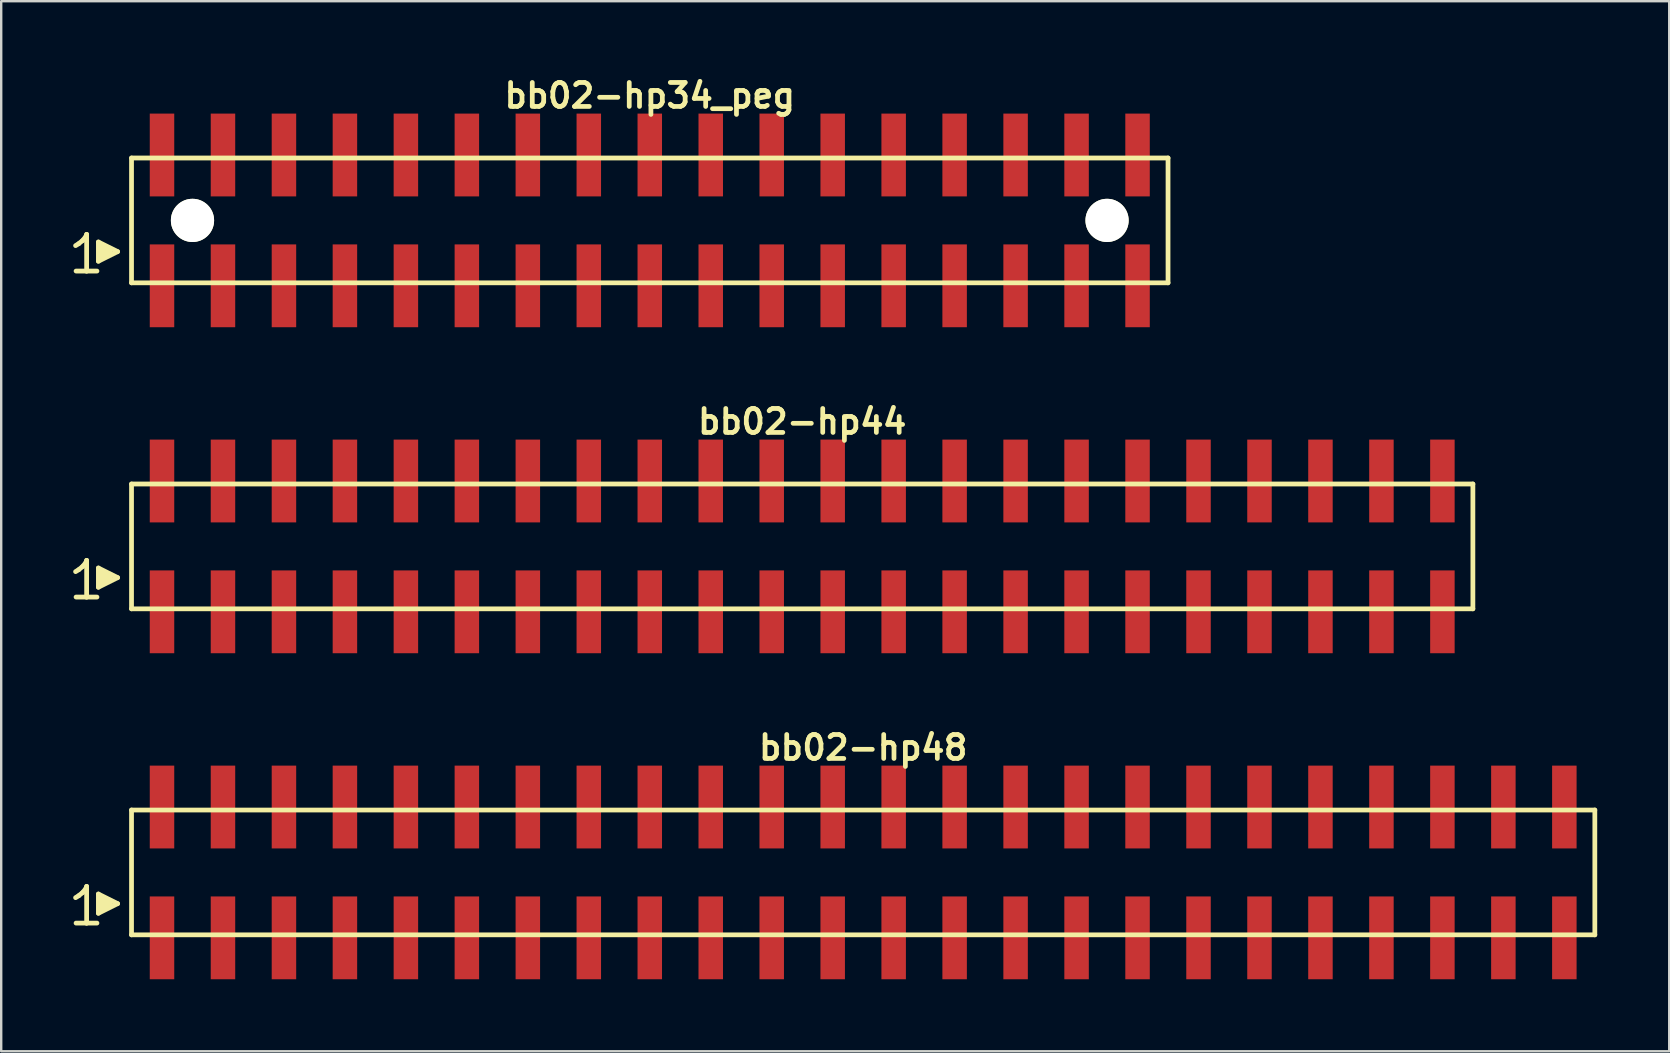
<source format=kicad_pcb>
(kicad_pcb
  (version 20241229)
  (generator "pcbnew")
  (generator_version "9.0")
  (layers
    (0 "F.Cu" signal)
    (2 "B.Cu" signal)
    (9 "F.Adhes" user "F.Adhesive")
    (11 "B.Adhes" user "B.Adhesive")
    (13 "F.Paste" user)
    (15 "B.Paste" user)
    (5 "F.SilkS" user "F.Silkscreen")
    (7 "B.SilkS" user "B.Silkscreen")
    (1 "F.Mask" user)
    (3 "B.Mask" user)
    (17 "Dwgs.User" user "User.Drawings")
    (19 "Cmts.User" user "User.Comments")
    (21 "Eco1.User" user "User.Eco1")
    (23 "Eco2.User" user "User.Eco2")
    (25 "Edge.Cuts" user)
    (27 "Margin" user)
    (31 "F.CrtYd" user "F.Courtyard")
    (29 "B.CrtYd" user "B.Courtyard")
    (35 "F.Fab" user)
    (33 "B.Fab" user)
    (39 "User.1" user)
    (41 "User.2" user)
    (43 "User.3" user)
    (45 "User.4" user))
  (footprint "bb02-hp44"
    (layer "F.Cu")
    (at 30.369 19.713)
    (property "Reference" "bb02-hp44" (at 0 -5.2 0) (layer "F.SilkS") (effects (font (size 0.998 0.998) (thickness 0.198))))
    (attr through_hole)
    (fp_line (start -30.27 1.05) (end -30.14 0.97) (stroke (width 0.198) (type solid)) (layer "F.SilkS"))
    (fp_line (start -30.14 0.97) (end -29.98 0.84) (stroke (width 0.198) (type solid)) (layer "F.SilkS"))
    (fp_line (start -29.98 0.84) (end -29.84 0.67) (stroke (width 0.198) (type solid)) (layer "F.SilkS"))
    (fp_line (start -29.84 0.67) (end -29.81 0.58) (stroke (width 0.198) (type solid)) (layer "F.SilkS"))
    (fp_line (start -29.81 0.58) (end -29.81 2.11) (stroke (width 0.198) (type solid)) (layer "F.SilkS"))
    (fp_line (start -29.81 2.11) (end -30.25 2.11) (stroke (width 0.198) (type solid)) (layer "F.SilkS"))
    (fp_line (start -29.38 2.11) (end -29.82 2.11) (stroke (width 0.198) (type solid)) (layer "F.SilkS"))
    (fp_line (start -29.32 0.9) (end -28.52 1.3) (stroke (width 0.198) (type solid)) (layer "F.SilkS"))
    (fp_line (start -29.32 1.7) (end -29.32 0.9) (stroke (width 0.198) (type solid)) (layer "F.SilkS"))
    (fp_line (start -29.22 1.6) (end -29.22 1) (stroke (width 0.198) (type solid)) (layer "F.SilkS"))
    (fp_line (start -29.12 1.1) (end -29.12 1.5) (stroke (width 0.198) (type solid)) (layer "F.SilkS"))
    (fp_line (start -29.02 1.5) (end -29.02 1.1) (stroke (width 0.198) (type solid)) (layer "F.SilkS"))
    (fp_line (start -28.92 1.2) (end -28.92 1.4) (stroke (width 0.198) (type solid)) (layer "F.SilkS"))
    (fp_line (start -28.82 1.4) (end -28.82 1.2) (stroke (width 0.198) (type solid)) (layer "F.SilkS"))
    (fp_line (start -28.52 1.3) (end -29.32 1.7) (stroke (width 0.198) (type solid)) (layer "F.SilkS"))
    (fp_line (start -27.94 -2.6) (end -27.94 2.6) (stroke (width 0.198) (type solid)) (layer "F.SilkS"))
    (fp_line (start -27.94 -2.6) (end 27.94 -2.6) (stroke (width 0.198) (type solid)) (layer "F.SilkS"))
    (fp_line (start 27.94 2.6) (end -27.94 2.6) (stroke (width 0.198) (type solid)) (layer "F.SilkS"))
    (fp_line (start 27.94 2.6) (end 27.94 -2.6) (stroke (width 0.198) (type solid)) (layer "F.SilkS"))
    (pad "1" smd rect (at -26.67 2.725) (size 1.02 3.45) (layers "F.Cu" "F.Mask" "F.Paste"))
    (pad "2" smd rect (at -26.67 -2.725) (size 1.02 3.45) (layers "F.Cu" "F.Mask" "F.Paste"))
    (pad "3" smd rect (at -24.13 2.725) (size 1.02 3.45) (layers "F.Cu" "F.Mask" "F.Paste"))
    (pad "4" smd rect (at -24.13 -2.725) (size 1.02 3.45) (layers "F.Cu" "F.Mask" "F.Paste"))
    (pad "5" smd rect (at -21.59 2.725) (size 1.02 3.45) (layers "F.Cu" "F.Mask" "F.Paste"))
    (pad "6" smd rect (at -21.59 -2.725) (size 1.02 3.45) (layers "F.Cu" "F.Mask" "F.Paste"))
    (pad "7" smd rect (at -19.05 2.725) (size 1.02 3.45) (layers "F.Cu" "F.Mask" "F.Paste"))
    (pad "8" smd rect (at -19.05 -2.725) (size 1.02 3.45) (layers "F.Cu" "F.Mask" "F.Paste"))
    (pad "9" smd rect (at -16.51 2.725) (size 1.02 3.45) (layers "F.Cu" "F.Mask" "F.Paste"))
    (pad "10" smd rect (at -16.51 -2.725) (size 1.02 3.45) (layers "F.Cu" "F.Mask" "F.Paste"))
    (pad "11" smd rect (at -13.97 2.725) (size 1.02 3.45) (layers "F.Cu" "F.Mask" "F.Paste"))
    (pad "12" smd rect (at -13.97 -2.725) (size 1.02 3.45) (layers "F.Cu" "F.Mask" "F.Paste"))
    (pad "13" smd rect (at -11.43 2.725) (size 1.02 3.45) (layers "F.Cu" "F.Mask" "F.Paste"))
    (pad "14" smd rect (at -11.43 -2.725) (size 1.02 3.45) (layers "F.Cu" "F.Mask" "F.Paste"))
    (pad "15" smd rect (at -8.89 2.725) (size 1.02 3.45) (layers "F.Cu" "F.Mask" "F.Paste"))
    (pad "16" smd rect (at -8.89 -2.725) (size 1.02 3.45) (layers "F.Cu" "F.Mask" "F.Paste"))
    (pad "17" smd rect (at -6.35 2.725) (size 1.02 3.45) (layers "F.Cu" "F.Mask" "F.Paste"))
    (pad "18" smd rect (at -6.35 -2.725) (size 1.02 3.45) (layers "F.Cu" "F.Mask" "F.Paste"))
    (pad "19" smd rect (at -3.81 2.725) (size 1.02 3.45) (layers "F.Cu" "F.Mask" "F.Paste"))
    (pad "20" smd rect (at -3.81 -2.725) (size 1.02 3.45) (layers "F.Cu" "F.Mask" "F.Paste"))
    (pad "21" smd rect (at -1.27 2.725) (size 1.02 3.45) (layers "F.Cu" "F.Mask" "F.Paste"))
    (pad "22" smd rect (at -1.27 -2.725) (size 1.02 3.45) (layers "F.Cu" "F.Mask" "F.Paste"))
    (pad "23" smd rect (at 1.27 2.725) (size 1.02 3.45) (layers "F.Cu" "F.Mask" "F.Paste"))
    (pad "24" smd rect (at 1.27 -2.725) (size 1.02 3.45) (layers "F.Cu" "F.Mask" "F.Paste"))
    (pad "25" smd rect (at 3.81 2.725) (size 1.02 3.45) (layers "F.Cu" "F.Mask" "F.Paste"))
    (pad "26" smd rect (at 3.81 -2.725) (size 1.02 3.45) (layers "F.Cu" "F.Mask" "F.Paste"))
    (pad "27" smd rect (at 6.35 2.725) (size 1.02 3.45) (layers "F.Cu" "F.Mask" "F.Paste"))
    (pad "28" smd rect (at 6.35 -2.725) (size 1.02 3.45) (layers "F.Cu" "F.Mask" "F.Paste"))
    (pad "29" smd rect (at 8.89 2.725) (size 1.02 3.45) (layers "F.Cu" "F.Mask" "F.Paste"))
    (pad "30" smd rect (at 8.89 -2.725) (size 1.02 3.45) (layers "F.Cu" "F.Mask" "F.Paste"))
    (pad "31" smd rect (at 11.43 2.725) (size 1.02 3.45) (layers "F.Cu" "F.Mask" "F.Paste"))
    (pad "32" smd rect (at 11.43 -2.725) (size 1.02 3.45) (layers "F.Cu" "F.Mask" "F.Paste"))
    (pad "33" smd rect (at 13.97 2.725) (size 1.02 3.45) (layers "F.Cu" "F.Mask" "F.Paste"))
    (pad "34" smd rect (at 13.97 -2.725) (size 1.02 3.45) (layers "F.Cu" "F.Mask" "F.Paste"))
    (pad "35" smd rect (at 16.51 2.725) (size 1.02 3.45) (layers "F.Cu" "F.Mask" "F.Paste"))
    (pad "36" smd rect (at 16.51 -2.725) (size 1.02 3.45) (layers "F.Cu" "F.Mask" "F.Paste"))
    (pad "37" smd rect (at 19.05 2.725) (size 1.02 3.45) (layers "F.Cu" "F.Mask" "F.Paste"))
    (pad "38" smd rect (at 19.05 -2.725) (size 1.02 3.45) (layers "F.Cu" "F.Mask" "F.Paste"))
    (pad "39" smd rect (at 21.59 2.725) (size 1.02 3.45) (layers "F.Cu" "F.Mask" "F.Paste"))
    (pad "40" smd rect (at 21.59 -2.725) (size 1.02 3.45) (layers "F.Cu" "F.Mask" "F.Paste"))
    (pad "41" smd rect (at 24.13 2.725) (size 1.02 3.45) (layers "F.Cu" "F.Mask" "F.Paste"))
    (pad "42" smd rect (at 24.13 -2.725) (size 1.02 3.45) (layers "F.Cu" "F.Mask" "F.Paste"))
    (pad "43" smd rect (at 26.67 2.725) (size 1.02 3.45) (layers "F.Cu" "F.Mask" "F.Paste"))
    (pad "44" smd rect (at 26.67 -2.725) (size 1.02 3.45) (layers "F.Cu" "F.Mask" "F.Paste")))
  (footprint "bb02-hp48"
    (layer "F.Cu")
    (at 32.909 33.295)
    (property "Reference" "bb02-hp48" (at 0 -5.2 0) (layer "F.SilkS") (effects (font (size 0.998 0.998) (thickness 0.198))))
    (attr through_hole)
    (fp_line (start -32.81 1.05) (end -32.68 0.97) (stroke (width 0.198) (type solid)) (layer "F.SilkS"))
    (fp_line (start -32.68 0.97) (end -32.52 0.84) (stroke (width 0.198) (type solid)) (layer "F.SilkS"))
    (fp_line (start -32.52 0.84) (end -32.38 0.67) (stroke (width 0.198) (type solid)) (layer "F.SilkS"))
    (fp_line (start -32.38 0.67) (end -32.35 0.58) (stroke (width 0.198) (type solid)) (layer "F.SilkS"))
    (fp_line (start -32.35 0.58) (end -32.35 2.11) (stroke (width 0.198) (type solid)) (layer "F.SilkS"))
    (fp_line (start -32.35 2.11) (end -32.79 2.11) (stroke (width 0.198) (type solid)) (layer "F.SilkS"))
    (fp_line (start -31.92 2.11) (end -32.36 2.11) (stroke (width 0.198) (type solid)) (layer "F.SilkS"))
    (fp_line (start -31.86 0.9) (end -31.06 1.3) (stroke (width 0.198) (type solid)) (layer "F.SilkS"))
    (fp_line (start -31.86 1.7) (end -31.86 0.9) (stroke (width 0.198) (type solid)) (layer "F.SilkS"))
    (fp_line (start -31.76 1.6) (end -31.76 1) (stroke (width 0.198) (type solid)) (layer "F.SilkS"))
    (fp_line (start -31.66 1.1) (end -31.66 1.5) (stroke (width 0.198) (type solid)) (layer "F.SilkS"))
    (fp_line (start -31.56 1.5) (end -31.56 1.1) (stroke (width 0.198) (type solid)) (layer "F.SilkS"))
    (fp_line (start -31.46 1.2) (end -31.46 1.4) (stroke (width 0.198) (type solid)) (layer "F.SilkS"))
    (fp_line (start -31.36 1.4) (end -31.36 1.2) (stroke (width 0.198) (type solid)) (layer "F.SilkS"))
    (fp_line (start -31.06 1.3) (end -31.86 1.7) (stroke (width 0.198) (type solid)) (layer "F.SilkS"))
    (fp_line (start -30.48 -2.6) (end -30.48 2.6) (stroke (width 0.198) (type solid)) (layer "F.SilkS"))
    (fp_line (start -30.48 -2.6) (end 30.48 -2.6) (stroke (width 0.198) (type solid)) (layer "F.SilkS"))
    (fp_line (start 30.48 2.6) (end -30.48 2.6) (stroke (width 0.198) (type solid)) (layer "F.SilkS"))
    (fp_line (start 30.48 2.6) (end 30.48 -2.6) (stroke (width 0.198) (type solid)) (layer "F.SilkS"))
    (pad "1" smd rect (at -29.21 2.725) (size 1.02 3.45) (layers "F.Cu" "F.Mask" "F.Paste"))
    (pad "2" smd rect (at -29.21 -2.725) (size 1.02 3.45) (layers "F.Cu" "F.Mask" "F.Paste"))
    (pad "3" smd rect (at -26.67 2.725) (size 1.02 3.45) (layers "F.Cu" "F.Mask" "F.Paste"))
    (pad "4" smd rect (at -26.67 -2.725) (size 1.02 3.45) (layers "F.Cu" "F.Mask" "F.Paste"))
    (pad "5" smd rect (at -24.13 2.725) (size 1.02 3.45) (layers "F.Cu" "F.Mask" "F.Paste"))
    (pad "6" smd rect (at -24.13 -2.725) (size 1.02 3.45) (layers "F.Cu" "F.Mask" "F.Paste"))
    (pad "7" smd rect (at -21.59 2.725) (size 1.02 3.45) (layers "F.Cu" "F.Mask" "F.Paste"))
    (pad "8" smd rect (at -21.59 -2.725) (size 1.02 3.45) (layers "F.Cu" "F.Mask" "F.Paste"))
    (pad "9" smd rect (at -19.05 2.725) (size 1.02 3.45) (layers "F.Cu" "F.Mask" "F.Paste"))
    (pad "10" smd rect (at -19.05 -2.725) (size 1.02 3.45) (layers "F.Cu" "F.Mask" "F.Paste"))
    (pad "11" smd rect (at -16.51 2.725) (size 1.02 3.45) (layers "F.Cu" "F.Mask" "F.Paste"))
    (pad "12" smd rect (at -16.51 -2.725) (size 1.02 3.45) (layers "F.Cu" "F.Mask" "F.Paste"))
    (pad "13" smd rect (at -13.97 2.725) (size 1.02 3.45) (layers "F.Cu" "F.Mask" "F.Paste"))
    (pad "14" smd rect (at -13.97 -2.725) (size 1.02 3.45) (layers "F.Cu" "F.Mask" "F.Paste"))
    (pad "15" smd rect (at -11.43 2.725) (size 1.02 3.45) (layers "F.Cu" "F.Mask" "F.Paste"))
    (pad "16" smd rect (at -11.43 -2.725) (size 1.02 3.45) (layers "F.Cu" "F.Mask" "F.Paste"))
    (pad "17" smd rect (at -8.89 2.725) (size 1.02 3.45) (layers "F.Cu" "F.Mask" "F.Paste"))
    (pad "18" smd rect (at -8.89 -2.725) (size 1.02 3.45) (layers "F.Cu" "F.Mask" "F.Paste"))
    (pad "19" smd rect (at -6.35 2.725) (size 1.02 3.45) (layers "F.Cu" "F.Mask" "F.Paste"))
    (pad "20" smd rect (at -6.35 -2.725) (size 1.02 3.45) (layers "F.Cu" "F.Mask" "F.Paste"))
    (pad "21" smd rect (at -3.81 2.725) (size 1.02 3.45) (layers "F.Cu" "F.Mask" "F.Paste"))
    (pad "22" smd rect (at -3.81 -2.725) (size 1.02 3.45) (layers "F.Cu" "F.Mask" "F.Paste"))
    (pad "23" smd rect (at -1.27 2.725) (size 1.02 3.45) (layers "F.Cu" "F.Mask" "F.Paste"))
    (pad "24" smd rect (at -1.27 -2.725) (size 1.02 3.45) (layers "F.Cu" "F.Mask" "F.Paste"))
    (pad "25" smd rect (at 1.27 2.725) (size 1.02 3.45) (layers "F.Cu" "F.Mask" "F.Paste"))
    (pad "26" smd rect (at 1.27 -2.725) (size 1.02 3.45) (layers "F.Cu" "F.Mask" "F.Paste"))
    (pad "27" smd rect (at 3.81 2.725) (size 1.02 3.45) (layers "F.Cu" "F.Mask" "F.Paste"))
    (pad "28" smd rect (at 3.81 -2.725) (size 1.02 3.45) (layers "F.Cu" "F.Mask" "F.Paste"))
    (pad "29" smd rect (at 6.35 2.725) (size 1.02 3.45) (layers "F.Cu" "F.Mask" "F.Paste"))
    (pad "30" smd rect (at 6.35 -2.725) (size 1.02 3.45) (layers "F.Cu" "F.Mask" "F.Paste"))
    (pad "31" smd rect (at 8.89 2.725) (size 1.02 3.45) (layers "F.Cu" "F.Mask" "F.Paste"))
    (pad "32" smd rect (at 8.89 -2.725) (size 1.02 3.45) (layers "F.Cu" "F.Mask" "F.Paste"))
    (pad "33" smd rect (at 11.43 2.725) (size 1.02 3.45) (layers "F.Cu" "F.Mask" "F.Paste"))
    (pad "34" smd rect (at 11.43 -2.725) (size 1.02 3.45) (layers "F.Cu" "F.Mask" "F.Paste"))
    (pad "35" smd rect (at 13.97 2.725) (size 1.02 3.45) (layers "F.Cu" "F.Mask" "F.Paste"))
    (pad "36" smd rect (at 13.97 -2.725) (size 1.02 3.45) (layers "F.Cu" "F.Mask" "F.Paste"))
    (pad "37" smd rect (at 16.51 2.725) (size 1.02 3.45) (layers "F.Cu" "F.Mask" "F.Paste"))
    (pad "38" smd rect (at 16.51 -2.725) (size 1.02 3.45) (layers "F.Cu" "F.Mask" "F.Paste"))
    (pad "39" smd rect (at 19.05 2.725) (size 1.02 3.45) (layers "F.Cu" "F.Mask" "F.Paste"))
    (pad "40" smd rect (at 19.05 -2.725) (size 1.02 3.45) (layers "F.Cu" "F.Mask" "F.Paste"))
    (pad "41" smd rect (at 21.59 2.725) (size 1.02 3.45) (layers "F.Cu" "F.Mask" "F.Paste"))
    (pad "42" smd rect (at 21.59 -2.725) (size 1.02 3.45) (layers "F.Cu" "F.Mask" "F.Paste"))
    (pad "43" smd rect (at 24.13 2.725) (size 1.02 3.45) (layers "F.Cu" "F.Mask" "F.Paste"))
    (pad "44" smd rect (at 24.13 -2.725) (size 1.02 3.45) (layers "F.Cu" "F.Mask" "F.Paste"))
    (pad "45" smd rect (at 26.67 2.725) (size 1.02 3.45) (layers "F.Cu" "F.Mask" "F.Paste"))
    (pad "46" smd rect (at 26.67 -2.725) (size 1.02 3.45) (layers "F.Cu" "F.Mask" "F.Paste"))
    (pad "47" smd rect (at 29.21 2.725) (size 1.02 3.45) (layers "F.Cu" "F.Mask" "F.Paste"))
    (pad "48" smd rect (at 29.21 -2.725) (size 1.02 3.45) (layers "F.Cu" "F.Mask" "F.Paste")))
  (footprint "bb02-hp34_peg"
    (layer "F.Cu")
    (at 24.019 6.132)
    (property "Reference" "bb02-hp34_peg" (at 0 -5.2 0) (layer "F.SilkS") (effects (font (size 0.998 0.998) (thickness 0.198))))
    (attr through_hole)
    (fp_line (start -23.92 1.05) (end -23.79 0.97) (stroke (width 0.198) (type solid)) (layer "F.SilkS"))
    (fp_line (start -23.79 0.97) (end -23.63 0.84) (stroke (width 0.198) (type solid)) (layer "F.SilkS"))
    (fp_line (start -23.63 0.84) (end -23.49 0.67) (stroke (width 0.198) (type solid)) (layer "F.SilkS"))
    (fp_line (start -23.49 0.67) (end -23.46 0.58) (stroke (width 0.198) (type solid)) (layer "F.SilkS"))
    (fp_line (start -23.46 0.58) (end -23.46 2.11) (stroke (width 0.198) (type solid)) (layer "F.SilkS"))
    (fp_line (start -23.46 2.11) (end -23.9 2.11) (stroke (width 0.198) (type solid)) (layer "F.SilkS"))
    (fp_line (start -23.03 2.11) (end -23.47 2.11) (stroke (width 0.198) (type solid)) (layer "F.SilkS"))
    (fp_line (start -22.97 0.9) (end -22.17 1.3) (stroke (width 0.198) (type solid)) (layer "F.SilkS"))
    (fp_line (start -22.97 1.7) (end -22.97 0.9) (stroke (width 0.198) (type solid)) (layer "F.SilkS"))
    (fp_line (start -22.87 1.6) (end -22.87 1) (stroke (width 0.198) (type solid)) (layer "F.SilkS"))
    (fp_line (start -22.77 1.1) (end -22.77 1.5) (stroke (width 0.198) (type solid)) (layer "F.SilkS"))
    (fp_line (start -22.67 1.5) (end -22.67 1.1) (stroke (width 0.198) (type solid)) (layer "F.SilkS"))
    (fp_line (start -22.57 1.2) (end -22.57 1.4) (stroke (width 0.198) (type solid)) (layer "F.SilkS"))
    (fp_line (start -22.47 1.4) (end -22.47 1.2) (stroke (width 0.198) (type solid)) (layer "F.SilkS"))
    (fp_line (start -22.17 1.3) (end -22.97 1.7) (stroke (width 0.198) (type solid)) (layer "F.SilkS"))
    (fp_line (start -21.59 -2.6) (end -21.59 2.6) (stroke (width 0.198) (type solid)) (layer "F.SilkS"))
    (fp_line (start -21.59 -2.6) (end 21.59 -2.6) (stroke (width 0.198) (type solid)) (layer "F.SilkS"))
    (fp_line (start 21.59 2.6) (end -21.59 2.6) (stroke (width 0.198) (type solid)) (layer "F.SilkS"))
    (fp_line (start 21.59 2.6) (end 21.59 -2.6) (stroke (width 0.198) (type solid)) (layer "F.SilkS"))
    (pad "" np_thru_hole circle (at -19.05 0) (size 1.8 1.8) (drill 1.8) (layers "*.Cu" "*.Mask" "F.SilkS"))
    (pad "" np_thru_hole circle (at 19.05 0) (size 1.8 1.8) (drill 1.8) (layers "*.Cu" "*.Mask" "F.SilkS"))
    (pad "1" smd rect (at -20.32 2.725) (size 1.02 3.45) (layers "F.Cu" "F.Mask" "F.Paste"))
    (pad "2" smd rect (at -20.32 -2.725) (size 1.02 3.45) (layers "F.Cu" "F.Mask" "F.Paste"))
    (pad "3" smd rect (at -17.78 2.725) (size 1.02 3.45) (layers "F.Cu" "F.Mask" "F.Paste"))
    (pad "4" smd rect (at -17.78 -2.725) (size 1.02 3.45) (layers "F.Cu" "F.Mask" "F.Paste"))
    (pad "5" smd rect (at -15.24 2.725) (size 1.02 3.45) (layers "F.Cu" "F.Mask" "F.Paste"))
    (pad "6" smd rect (at -15.24 -2.725) (size 1.02 3.45) (layers "F.Cu" "F.Mask" "F.Paste"))
    (pad "7" smd rect (at -12.7 2.725) (size 1.02 3.45) (layers "F.Cu" "F.Mask" "F.Paste"))
    (pad "8" smd rect (at -12.7 -2.725) (size 1.02 3.45) (layers "F.Cu" "F.Mask" "F.Paste"))
    (pad "9" smd rect (at -10.16 2.725) (size 1.02 3.45) (layers "F.Cu" "F.Mask" "F.Paste"))
    (pad "10" smd rect (at -10.16 -2.725) (size 1.02 3.45) (layers "F.Cu" "F.Mask" "F.Paste"))
    (pad "11" smd rect (at -7.62 2.725) (size 1.02 3.45) (layers "F.Cu" "F.Mask" "F.Paste"))
    (pad "12" smd rect (at -7.62 -2.725) (size 1.02 3.45) (layers "F.Cu" "F.Mask" "F.Paste"))
    (pad "13" smd rect (at -5.08 2.725) (size 1.02 3.45) (layers "F.Cu" "F.Mask" "F.Paste"))
    (pad "14" smd rect (at -5.08 -2.725) (size 1.02 3.45) (layers "F.Cu" "F.Mask" "F.Paste"))
    (pad "15" smd rect (at -2.54 2.725) (size 1.02 3.45) (layers "F.Cu" "F.Mask" "F.Paste"))
    (pad "16" smd rect (at -2.54 -2.725) (size 1.02 3.45) (layers "F.Cu" "F.Mask" "F.Paste"))
    (pad "17" smd rect (at 0 2.725) (size 1.02 3.45) (layers "F.Cu" "F.Mask" "F.Paste"))
    (pad "18" smd rect (at 0 -2.725) (size 1.02 3.45) (layers "F.Cu" "F.Mask" "F.Paste"))
    (pad "19" smd rect (at 2.54 2.725) (size 1.02 3.45) (layers "F.Cu" "F.Mask" "F.Paste"))
    (pad "20" smd rect (at 2.54 -2.725) (size 1.02 3.45) (layers "F.Cu" "F.Mask" "F.Paste"))
    (pad "21" smd rect (at 5.08 2.725) (size 1.02 3.45) (layers "F.Cu" "F.Mask" "F.Paste"))
    (pad "22" smd rect (at 5.08 -2.725) (size 1.02 3.45) (layers "F.Cu" "F.Mask" "F.Paste"))
    (pad "23" smd rect (at 7.62 2.725) (size 1.02 3.45) (layers "F.Cu" "F.Mask" "F.Paste"))
    (pad "24" smd rect (at 7.62 -2.725) (size 1.02 3.45) (layers "F.Cu" "F.Mask" "F.Paste"))
    (pad "25" smd rect (at 10.16 2.725) (size 1.02 3.45) (layers "F.Cu" "F.Mask" "F.Paste"))
    (pad "26" smd rect (at 10.16 -2.725) (size 1.02 3.45) (layers "F.Cu" "F.Mask" "F.Paste"))
    (pad "27" smd rect (at 12.7 2.725) (size 1.02 3.45) (layers "F.Cu" "F.Mask" "F.Paste"))
    (pad "28" smd rect (at 12.7 -2.725) (size 1.02 3.45) (layers "F.Cu" "F.Mask" "F.Paste"))
    (pad "29" smd rect (at 15.24 2.725) (size 1.02 3.45) (layers "F.Cu" "F.Mask" "F.Paste"))
    (pad "30" smd rect (at 15.24 -2.725) (size 1.02 3.45) (layers "F.Cu" "F.Mask" "F.Paste"))
    (pad "31" smd rect (at 17.78 2.725) (size 1.02 3.45) (layers "F.Cu" "F.Mask" "F.Paste"))
    (pad "32" smd rect (at 17.78 -2.725) (size 1.02 3.45) (layers "F.Cu" "F.Mask" "F.Paste"))
    (pad "33" smd rect (at 20.32 2.725) (size 1.02 3.45) (layers "F.Cu" "F.Mask" "F.Paste"))
    (pad "34" smd rect (at 20.32 -2.725) (size 1.02 3.45) (layers "F.Cu" "F.Mask" "F.Paste")))
  (gr_rect
    (start -3 -3)
    (end 66.488 40.745)
    (stroke (width 0.1) (type default))
    (fill no)
    (layer "Edge.Cuts")))
</source>
